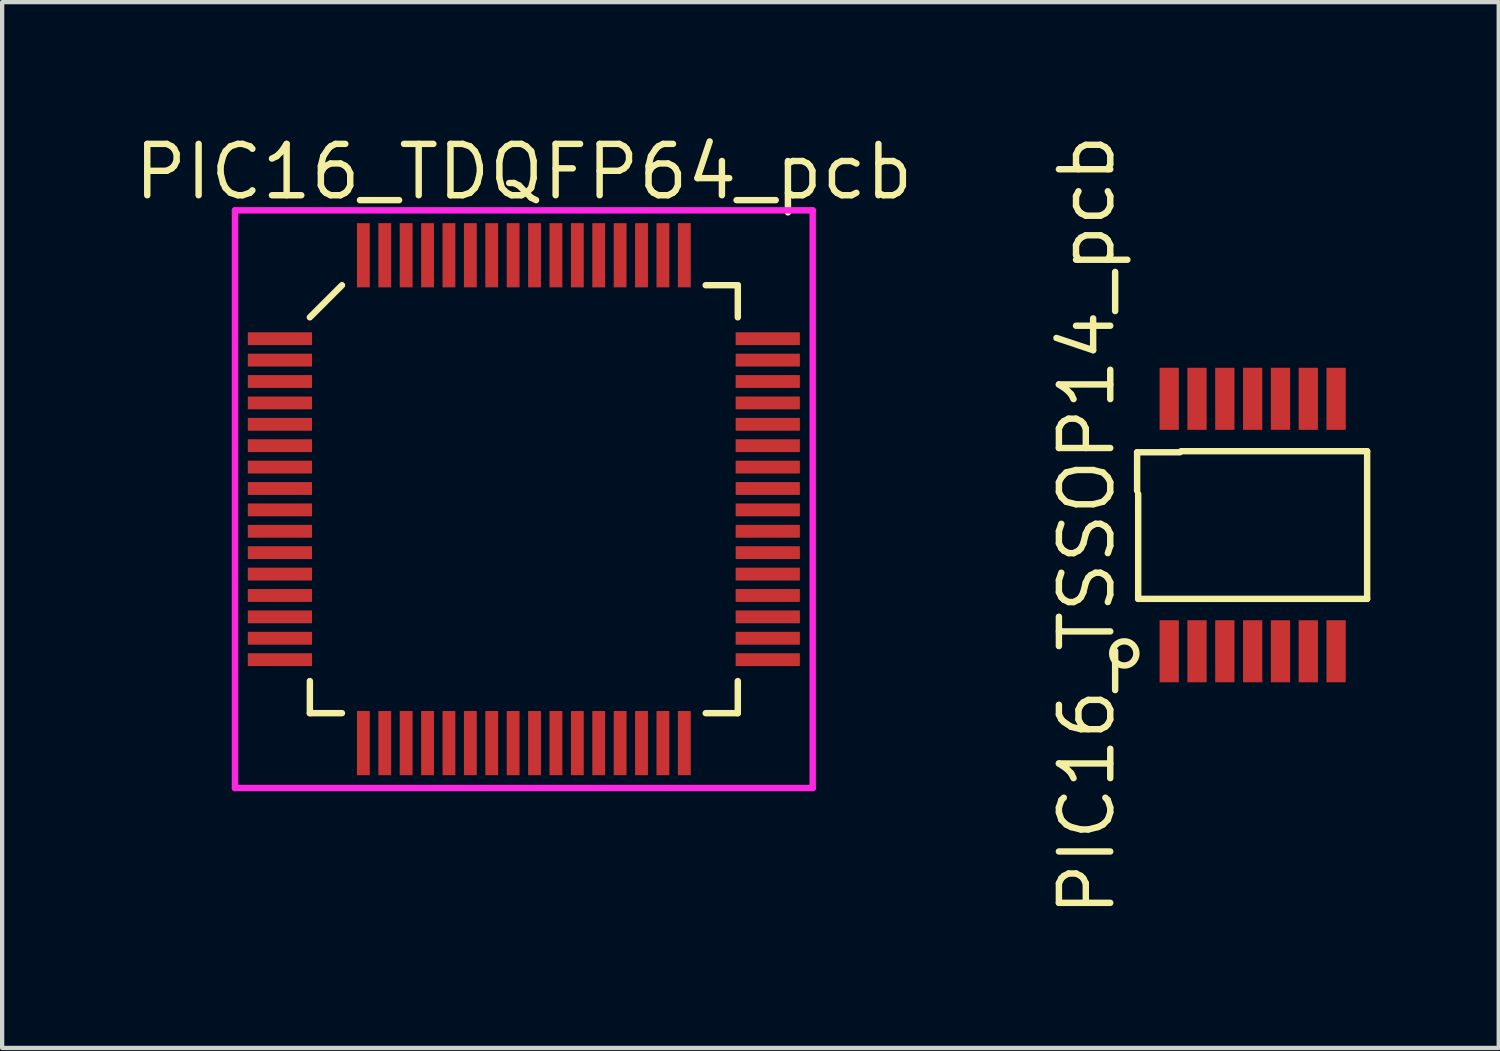
<source format=kicad_pcb>
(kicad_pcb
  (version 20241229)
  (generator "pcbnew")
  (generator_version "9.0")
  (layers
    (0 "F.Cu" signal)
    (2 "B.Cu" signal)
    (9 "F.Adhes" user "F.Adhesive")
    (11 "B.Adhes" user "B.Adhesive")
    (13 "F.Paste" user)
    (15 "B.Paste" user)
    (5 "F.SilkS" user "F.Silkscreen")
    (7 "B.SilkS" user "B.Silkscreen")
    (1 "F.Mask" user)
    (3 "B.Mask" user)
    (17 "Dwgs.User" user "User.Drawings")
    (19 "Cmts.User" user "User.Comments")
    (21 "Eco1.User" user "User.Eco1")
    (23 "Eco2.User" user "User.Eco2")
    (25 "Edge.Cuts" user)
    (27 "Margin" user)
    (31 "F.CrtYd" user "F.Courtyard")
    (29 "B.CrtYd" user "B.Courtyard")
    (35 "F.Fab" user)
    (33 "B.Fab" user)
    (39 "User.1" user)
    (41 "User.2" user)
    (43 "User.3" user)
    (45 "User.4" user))
  (footprint "PIC16_TDQFP64_pcb"
    (layer "F.Cu")
    (at 9.191 8.615)
    (property "Reference" "PIC16_TDQFP64_pcb" (at 0 -7.65 0) (layer "F.SilkS") (effects (font (size 1.2 1.2) (thickness 0.15))))
    (attr through_hole)
    (fp_line (start -5 -4.25) (end -4.25 -5) (stroke (width 0.15) (type solid)) (layer "F.SilkS"))
    (fp_line (start -5 5) (end -5 4.25) (stroke (width 0.15) (type solid)) (layer "F.SilkS"))
    (fp_line (start -4.25 5) (end -5 5) (stroke (width 0.15) (type solid)) (layer "F.SilkS"))
    (fp_line (start 4.25 -5) (end 5 -5) (stroke (width 0.15) (type solid)) (layer "F.SilkS"))
    (fp_line (start 4.25 5) (end 5 5) (stroke (width 0.15) (type solid)) (layer "F.SilkS"))
    (fp_line (start 5 -5) (end 5 -4.25) (stroke (width 0.15) (type solid)) (layer "F.SilkS"))
    (fp_line (start 5 5) (end 5 4.25) (stroke (width 0.15) (type solid)) (layer "F.SilkS"))
    (fp_line (start -6.75 -6.75) (end 6.75 -6.75) (stroke (width 0.15) (type solid)) (layer "F.CrtYd"))
    (fp_line (start -6.75 6.75) (end -6.75 -6.75) (stroke (width 0.15) (type solid)) (layer "F.CrtYd"))
    (fp_line (start 6.75 -6.75) (end 6.75 6.75) (stroke (width 0.15) (type solid)) (layer "F.CrtYd"))
    (fp_line (start 6.75 6.75) (end -6.75 6.75) (stroke (width 0.15) (type solid)) (layer "F.CrtYd"))
    (pad "1" smd rect (at -5.7 -3.75 90) (size 0.3 1.5) (layers "F.Cu" "F.Mask" "F.Paste"))
    (pad "2" smd rect (at -5.7 -3.25 90) (size 0.3 1.5) (layers "F.Cu" "F.Mask" "F.Paste"))
    (pad "3" smd rect (at -5.7 -2.75 90) (size 0.3 1.5) (layers "F.Cu" "F.Mask" "F.Paste"))
    (pad "4" smd rect (at -5.7 -2.25 90) (size 0.3 1.5) (layers "F.Cu" "F.Mask" "F.Paste"))
    (pad "5" smd rect (at -5.7 -1.75 90) (size 0.3 1.5) (layers "F.Cu" "F.Mask" "F.Paste"))
    (pad "6" smd rect (at -5.7 -1.25 90) (size 0.3 1.5) (layers "F.Cu" "F.Mask" "F.Paste"))
    (pad "7" smd rect (at -5.7 -0.75 90) (size 0.3 1.5) (layers "F.Cu" "F.Mask" "F.Paste"))
    (pad "8" smd rect (at -5.7 -0.25 90) (size 0.3 1.5) (layers "F.Cu" "F.Mask" "F.Paste"))
    (pad "9" smd rect (at -5.7 0.25 90) (size 0.3 1.5) (layers "F.Cu" "F.Mask" "F.Paste"))
    (pad "10" smd rect (at -5.7 0.75 90) (size 0.3 1.5) (layers "F.Cu" "F.Mask" "F.Paste"))
    (pad "11" smd rect (at -5.7 1.25 90) (size 0.3 1.5) (layers "F.Cu" "F.Mask" "F.Paste"))
    (pad "12" smd rect (at -5.7 1.75 90) (size 0.3 1.5) (layers "F.Cu" "F.Mask" "F.Paste"))
    (pad "13" smd rect (at -5.7 2.25 90) (size 0.3 1.5) (layers "F.Cu" "F.Mask" "F.Paste"))
    (pad "14" smd rect (at -5.7 2.75 90) (size 0.3 1.5) (layers "F.Cu" "F.Mask" "F.Paste"))
    (pad "15" smd rect (at -5.7 3.25 90) (size 0.3 1.5) (layers "F.Cu" "F.Mask" "F.Paste"))
    (pad "16" smd rect (at -5.7 3.75 90) (size 0.3 1.5) (layers "F.Cu" "F.Mask" "F.Paste"))
    (pad "17" smd rect (at -3.75 5.7) (size 0.3 1.5) (layers "F.Cu" "F.Mask" "F.Paste"))
    (pad "18" smd rect (at -3.25 5.7) (size 0.3 1.5) (layers "F.Cu" "F.Mask" "F.Paste"))
    (pad "19" smd rect (at -2.75 5.7) (size 0.3 1.5) (layers "F.Cu" "F.Mask" "F.Paste"))
    (pad "20" smd rect (at -2.25 5.7) (size 0.3 1.5) (layers "F.Cu" "F.Mask" "F.Paste"))
    (pad "21" smd rect (at -1.75 5.7) (size 0.3 1.5) (layers "F.Cu" "F.Mask" "F.Paste"))
    (pad "22" smd rect (at -1.25 5.7) (size 0.3 1.5) (layers "F.Cu" "F.Mask" "F.Paste"))
    (pad "23" smd rect (at -0.75 5.7) (size 0.3 1.5) (layers "F.Cu" "F.Mask" "F.Paste"))
    (pad "24" smd rect (at -0.25 5.7) (size 0.3 1.5) (layers "F.Cu" "F.Mask" "F.Paste"))
    (pad "25" smd rect (at 0.25 5.7) (size 0.3 1.5) (layers "F.Cu" "F.Mask" "F.Paste"))
    (pad "26" smd rect (at 0.75 5.7) (size 0.3 1.5) (layers "F.Cu" "F.Mask" "F.Paste"))
    (pad "27" smd rect (at 1.25 5.7) (size 0.3 1.5) (layers "F.Cu" "F.Mask" "F.Paste"))
    (pad "28" smd rect (at 1.75 5.7) (size 0.3 1.5) (layers "F.Cu" "F.Mask" "F.Paste"))
    (pad "29" smd rect (at 2.25 5.7) (size 0.3 1.5) (layers "F.Cu" "F.Mask" "F.Paste"))
    (pad "30" smd rect (at 2.75 5.7) (size 0.3 1.5) (layers "F.Cu" "F.Mask" "F.Paste"))
    (pad "31" smd rect (at 3.25 5.7) (size 0.3 1.5) (layers "F.Cu" "F.Mask" "F.Paste"))
    (pad "32" smd rect (at 3.75 5.7) (size 0.3 1.5) (layers "F.Cu" "F.Mask" "F.Paste"))
    (pad "33" smd rect (at 5.7 3.75 90) (size 0.3 1.5) (layers "F.Cu" "F.Mask" "F.Paste"))
    (pad "34" smd rect (at 5.7 3.25 90) (size 0.3 1.5) (layers "F.Cu" "F.Mask" "F.Paste"))
    (pad "35" smd rect (at 5.7 2.75 90) (size 0.3 1.5) (layers "F.Cu" "F.Mask" "F.Paste"))
    (pad "36" smd rect (at 5.7 2.25 90) (size 0.3 1.5) (layers "F.Cu" "F.Mask" "F.Paste"))
    (pad "37" smd rect (at 5.7 1.75 90) (size 0.3 1.5) (layers "F.Cu" "F.Mask" "F.Paste"))
    (pad "38" smd rect (at 5.7 1.25 90) (size 0.3 1.5) (layers "F.Cu" "F.Mask" "F.Paste"))
    (pad "39" smd rect (at 5.7 0.75 90) (size 0.3 1.5) (layers "F.Cu" "F.Mask" "F.Paste"))
    (pad "40" smd rect (at 5.7 0.25 90) (size 0.3 1.5) (layers "F.Cu" "F.Mask" "F.Paste"))
    (pad "41" smd rect (at 5.7 -0.25 90) (size 0.3 1.5) (layers "F.Cu" "F.Mask" "F.Paste"))
    (pad "42" smd rect (at 5.7 -0.75 90) (size 0.3 1.5) (layers "F.Cu" "F.Mask" "F.Paste"))
    (pad "43" smd rect (at 5.7 -1.25 90) (size 0.3 1.5) (layers "F.Cu" "F.Mask" "F.Paste"))
    (pad "44" smd rect (at 5.7 -1.75 90) (size 0.3 1.5) (layers "F.Cu" "F.Mask" "F.Paste"))
    (pad "45" smd rect (at 5.7 -2.25 90) (size 0.3 1.5) (layers "F.Cu" "F.Mask" "F.Paste"))
    (pad "46" smd rect (at 5.7 -2.75 90) (size 0.3 1.5) (layers "F.Cu" "F.Mask" "F.Paste"))
    (pad "47" smd rect (at 5.7 -3.25 90) (size 0.3 1.5) (layers "F.Cu" "F.Mask" "F.Paste"))
    (pad "48" smd rect (at 5.7 -3.75 90) (size 0.3 1.5) (layers "F.Cu" "F.Mask" "F.Paste"))
    (pad "49" smd rect (at 3.75 -5.7) (size 0.3 1.5) (layers "F.Cu" "F.Mask" "F.Paste"))
    (pad "50" smd rect (at 3.25 -5.7) (size 0.3 1.5) (layers "F.Cu" "F.Mask" "F.Paste"))
    (pad "51" smd rect (at 2.75 -5.7) (size 0.3 1.5) (layers "F.Cu" "F.Mask" "F.Paste"))
    (pad "52" smd rect (at 2.25 -5.7) (size 0.3 1.5) (layers "F.Cu" "F.Mask" "F.Paste"))
    (pad "53" smd rect (at 1.75 -5.7) (size 0.3 1.5) (layers "F.Cu" "F.Mask" "F.Paste"))
    (pad "54" smd rect (at 1.25 -5.7) (size 0.3 1.5) (layers "F.Cu" "F.Mask" "F.Paste"))
    (pad "55" smd rect (at 0.75 -5.7) (size 0.3 1.5) (layers "F.Cu" "F.Mask" "F.Paste"))
    (pad "56" smd rect (at 0.25 -5.7) (size 0.3 1.5) (layers "F.Cu" "F.Mask" "F.Paste"))
    (pad "57" smd rect (at -0.25 -5.7) (size 0.3 1.5) (layers "F.Cu" "F.Mask" "F.Paste"))
    (pad "58" smd rect (at -0.75 -5.7) (size 0.3 1.5) (layers "F.Cu" "F.Mask" "F.Paste"))
    (pad "59" smd rect (at -1.25 -5.7) (size 0.3 1.5) (layers "F.Cu" "F.Mask" "F.Paste"))
    (pad "60" smd rect (at -1.75 -5.7) (size 0.3 1.5) (layers "F.Cu" "F.Mask" "F.Paste"))
    (pad "61" smd rect (at -2.25 -5.7) (size 0.3 1.5) (layers "F.Cu" "F.Mask" "F.Paste"))
    (pad "62" smd rect (at -2.75 -5.7) (size 0.3 1.5) (layers "F.Cu" "F.Mask" "F.Paste"))
    (pad "63" smd rect (at -3.25 -5.7) (size 0.3 1.5) (layers "F.Cu" "F.Mask" "F.Paste"))
    (pad "64" smd rect (at -3.75 -5.7) (size 0.3 1.5) (layers "F.Cu" "F.Mask" "F.Paste")))
  (footprint "PIC16_TSSOP14_pcb"
    (layer "F.Cu")
    (at 26.222 9.219)
    (property "Reference" "PIC16_TSSOP14_pcb" (at -3.875 0 90) (layer "F.SilkS") (effects (font (size 1.2 1.2) (thickness 0.15))))
    (attr through_hole)
    (fp_line (start -2.7 -1.7) (end -2.7 -0.8) (stroke (width 0.15) (type solid)) (layer "F.SilkS"))
    (fp_line (start -2.675 -0.725) (end -2.675 1.725) (stroke (width 0.15) (type solid)) (layer "F.SilkS"))
    (fp_line (start -2.675 1.725) (end 2.675 1.725) (stroke (width 0.15) (type solid)) (layer "F.SilkS"))
    (fp_line (start -1.7 -1.7) (end -2.7 -1.7) (stroke (width 0.15) (type solid)) (layer "F.SilkS"))
    (fp_line (start 2.675 -1.725) (end -1.675 -1.725) (stroke (width 0.15) (type solid)) (layer "F.SilkS"))
    (fp_line (start 2.675 1.725) (end 2.675 -1.725) (stroke (width 0.15) (type solid)) (layer "F.SilkS"))
    (fp_circle (center -3 3) (end -2.8 2.8) (stroke (width 0.15) (type solid)) (fill no) (layer "F.SilkS"))
    (pad "1" smd rect (at -1.95 2.95) (size 0.45 1.45) (layers "F.Cu" "F.Mask" "F.Paste"))
    (pad "2" smd rect (at -1.3 2.95) (size 0.45 1.45) (layers "F.Cu" "F.Mask" "F.Paste"))
    (pad "3" smd rect (at -0.65 2.95) (size 0.45 1.45) (layers "F.Cu" "F.Mask" "F.Paste"))
    (pad "4" smd rect (at 0 2.95) (size 0.45 1.45) (layers "F.Cu" "F.Mask" "F.Paste"))
    (pad "5" smd rect (at 0.65 2.95) (size 0.45 1.45) (layers "F.Cu" "F.Mask" "F.Paste"))
    (pad "6" smd rect (at 1.3 2.95) (size 0.45 1.45) (layers "F.Cu" "F.Mask" "F.Paste"))
    (pad "7" smd rect (at 1.95 2.95) (size 0.45 1.45) (layers "F.Cu" "F.Mask" "F.Paste"))
    (pad "8" smd rect (at 1.95 -2.95) (size 0.45 1.45) (layers "F.Cu" "F.Mask" "F.Paste"))
    (pad "9" smd rect (at 1.3 -2.95) (size 0.45 1.45) (layers "F.Cu" "F.Mask" "F.Paste"))
    (pad "10" smd rect (at 0.65 -2.95) (size 0.45 1.45) (layers "F.Cu" "F.Mask" "F.Paste"))
    (pad "11" smd rect (at 0 -2.95) (size 0.45 1.45) (layers "F.Cu" "F.Mask" "F.Paste"))
    (pad "12" smd rect (at -0.65 -2.95) (size 0.45 1.45) (layers "F.Cu" "F.Mask" "F.Paste"))
    (pad "13" smd rect (at -1.3 -2.95) (size 0.45 1.45) (layers "F.Cu" "F.Mask" "F.Paste"))
    (pad "14" smd rect (at -1.95 -2.95) (size 0.45 1.45) (layers "F.Cu" "F.Mask" "F.Paste")))
  (gr_rect
    (start -3 -3)
    (end 31.972 21.439)
    (stroke (width 0.1) (type default))
    (fill no)
    (layer "Edge.Cuts")))
</source>
